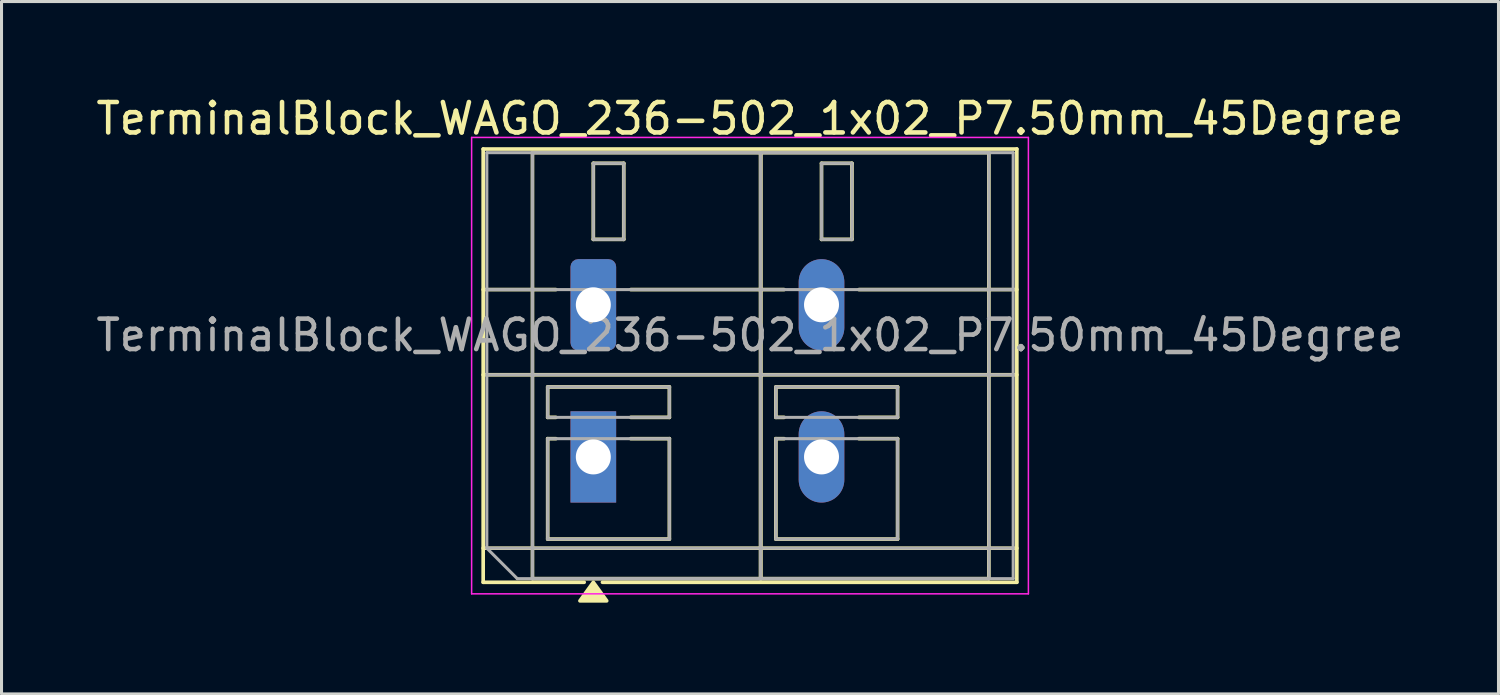
<source format=kicad_pcb>
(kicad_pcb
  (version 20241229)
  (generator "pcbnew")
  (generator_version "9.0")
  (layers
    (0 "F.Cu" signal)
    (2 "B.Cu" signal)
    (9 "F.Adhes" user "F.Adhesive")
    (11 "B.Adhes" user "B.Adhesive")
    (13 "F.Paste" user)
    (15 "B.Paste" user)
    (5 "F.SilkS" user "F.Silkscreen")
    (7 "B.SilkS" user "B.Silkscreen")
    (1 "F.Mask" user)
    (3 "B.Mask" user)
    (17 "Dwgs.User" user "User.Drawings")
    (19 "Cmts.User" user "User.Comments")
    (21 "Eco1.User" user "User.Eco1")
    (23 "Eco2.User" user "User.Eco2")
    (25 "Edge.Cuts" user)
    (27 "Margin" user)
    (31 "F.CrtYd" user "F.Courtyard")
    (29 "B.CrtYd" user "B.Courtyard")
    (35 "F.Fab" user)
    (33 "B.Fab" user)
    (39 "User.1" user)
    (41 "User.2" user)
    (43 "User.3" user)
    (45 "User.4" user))
  (footprint "TerminalBlock_WAGO_236-502_1x02_P7.50mm_45Degree"
    (layer "F.Cu")
    (at 16.451 6.968)
    (property "Reference" "TerminalBlock_WAGO_236-502_1x02_P7.50mm_45Degree" (at 5.15 -6.12 0) (layer "F.SilkS") (effects (font (size 1 1) (thickness 0.15))))
    (attr through_hole)
    (fp_line (start -3.62 -5.12) (end -3.62 9.12) (stroke (width 0.12) (type solid)) (layer "F.SilkS"))
    (fp_line (start -3.62 -5.12) (end 13.92 -5.12) (stroke (width 0.12) (type solid)) (layer "F.SilkS"))
    (fp_line (start -3.62 -0.5) (end -1.23 -0.5) (stroke (width 0.12) (type solid)) (layer "F.SilkS"))
    (fp_line (start -3.62 2.3) (end 13.92 2.3) (stroke (width 0.12) (type solid)) (layer "F.SilkS"))
    (fp_line (start -3.62 8) (end 13.92 8) (stroke (width 0.12) (type solid)) (layer "F.SilkS"))
    (fp_line (start -3.62 9.12) (end -0.3 9.12) (stroke (width 0.12) (type solid)) (layer "F.SilkS"))
    (fp_line (start -2 -5) (end -2 9) (stroke (width 0.12) (type solid)) (layer "F.SilkS"))
    (fp_line (start -2 -5) (end 5.5 -5) (stroke (width 0.12) (type solid)) (layer "F.SilkS"))
    (fp_line (start -2 9) (end 5.5 9) (stroke (width 0.12) (type solid)) (layer "F.SilkS"))
    (fp_line (start -1.5 2.7) (end -1.5 3.7) (stroke (width 0.12) (type solid)) (layer "F.SilkS"))
    (fp_line (start -1.5 2.7) (end 2.5 2.7) (stroke (width 0.12) (type solid)) (layer "F.SilkS"))
    (fp_line (start -1.5 3.7) (end -1.23 3.7) (stroke (width 0.12) (type solid)) (layer "F.SilkS"))
    (fp_line (start -1.5 4.4) (end -1.5 7.7) (stroke (width 0.12) (type solid)) (layer "F.SilkS"))
    (fp_line (start -1.5 4.4) (end -1.23 4.4) (stroke (width 0.12) (type solid)) (layer "F.SilkS"))
    (fp_line (start -1.5 7.7) (end 2.5 7.7) (stroke (width 0.12) (type solid)) (layer "F.SilkS"))
    (fp_line (start 0 -4.65) (end 0 -2.15) (stroke (width 0.12) (type solid)) (layer "F.SilkS"))
    (fp_line (start 0 -4.65) (end 1 -4.65) (stroke (width 0.12) (type solid)) (layer "F.SilkS"))
    (fp_line (start 0 -2.15) (end 1 -2.15) (stroke (width 0.12) (type solid)) (layer "F.SilkS"))
    (fp_line (start 0.3 9.12) (end 13.92 9.12) (stroke (width 0.12) (type solid)) (layer "F.SilkS"))
    (fp_line (start 1 -4.65) (end 1 -2.15) (stroke (width 0.12) (type solid)) (layer "F.SilkS"))
    (fp_line (start 1.23 -0.5) (end 6.27 -0.5) (stroke (width 0.12) (type solid)) (layer "F.SilkS"))
    (fp_line (start 1.23 3.7) (end 2.5 3.7) (stroke (width 0.12) (type solid)) (layer "F.SilkS"))
    (fp_line (start 1.23 4.4) (end 2.5 4.4) (stroke (width 0.12) (type solid)) (layer "F.SilkS"))
    (fp_line (start 2.5 2.7) (end 2.5 3.7) (stroke (width 0.12) (type solid)) (layer "F.SilkS"))
    (fp_line (start 2.5 4.4) (end 2.5 7.7) (stroke (width 0.12) (type solid)) (layer "F.SilkS"))
    (fp_line (start 5.5 -5) (end 5.5 9) (stroke (width 0.12) (type solid)) (layer "F.SilkS"))
    (fp_line (start 5.5 -5) (end 5.5 9) (stroke (width 0.12) (type solid)) (layer "F.SilkS"))
    (fp_line (start 5.5 -5) (end 13 -5) (stroke (width 0.12) (type solid)) (layer "F.SilkS"))
    (fp_line (start 5.5 9) (end 13 9) (stroke (width 0.12) (type solid)) (layer "F.SilkS"))
    (fp_line (start 6 2.7) (end 6 3.7) (stroke (width 0.12) (type solid)) (layer "F.SilkS"))
    (fp_line (start 6 2.7) (end 10 2.7) (stroke (width 0.12) (type solid)) (layer "F.SilkS"))
    (fp_line (start 6 3.7) (end 6.27 3.7) (stroke (width 0.12) (type solid)) (layer "F.SilkS"))
    (fp_line (start 6 4.4) (end 6 7.7) (stroke (width 0.12) (type solid)) (layer "F.SilkS"))
    (fp_line (start 6 4.4) (end 6.27 4.4) (stroke (width 0.12) (type solid)) (layer "F.SilkS"))
    (fp_line (start 6 7.7) (end 10 7.7) (stroke (width 0.12) (type solid)) (layer "F.SilkS"))
    (fp_line (start 7.5 -4.65) (end 7.5 -2.15) (stroke (width 0.12) (type solid)) (layer "F.SilkS"))
    (fp_line (start 7.5 -4.65) (end 8.5 -4.65) (stroke (width 0.12) (type solid)) (layer "F.SilkS"))
    (fp_line (start 7.5 -2.15) (end 8.5 -2.15) (stroke (width 0.12) (type solid)) (layer "F.SilkS"))
    (fp_line (start 8.5 -4.65) (end 8.5 -2.15) (stroke (width 0.12) (type solid)) (layer "F.SilkS"))
    (fp_line (start 8.73 -0.5) (end 13.92 -0.5) (stroke (width 0.12) (type solid)) (layer "F.SilkS"))
    (fp_line (start 8.73 3.7) (end 10 3.7) (stroke (width 0.12) (type solid)) (layer "F.SilkS"))
    (fp_line (start 8.73 4.4) (end 10 4.4) (stroke (width 0.12) (type solid)) (layer "F.SilkS"))
    (fp_line (start 10 2.7) (end 10 3.7) (stroke (width 0.12) (type solid)) (layer "F.SilkS"))
    (fp_line (start 10 4.4) (end 10 7.7) (stroke (width 0.12) (type solid)) (layer "F.SilkS"))
    (fp_line (start 13 -5) (end 13 9) (stroke (width 0.12) (type solid)) (layer "F.SilkS"))
    (fp_line (start 13.92 -5.12) (end 13.92 9.12) (stroke (width 0.12) (type solid)) (layer "F.SilkS"))
    (fp_poly (pts (xy 0 9.12) (xy 0.44 9.73) (xy -0.44 9.73)) (stroke (width 0.12) (type solid)) (fill yes) (layer "F.SilkS"))
    (fp_line (start -4 -5.5) (end -4 9.5) (stroke (width 0.05) (type solid)) (layer "F.CrtYd"))
    (fp_line (start -4 9.5) (end 14.3 9.5) (stroke (width 0.05) (type solid)) (layer "F.CrtYd"))
    (fp_line (start 14.3 -5.5) (end -4 -5.5) (stroke (width 0.05) (type solid)) (layer "F.CrtYd"))
    (fp_line (start 14.3 9.5) (end 14.3 -5.5) (stroke (width 0.05) (type solid)) (layer "F.CrtYd"))
    (fp_line (start -3.5 -5) (end 13.8 -5) (stroke (width 0.1) (type solid)) (layer "F.Fab"))
    (fp_line (start -3.5 -0.5) (end 13.8 -0.5) (stroke (width 0.1) (type solid)) (layer "F.Fab"))
    (fp_line (start -3.5 2.3) (end 13.8 2.3) (stroke (width 0.1) (type solid)) (layer "F.Fab"))
    (fp_line (start -3.5 8) (end -3.5 -5) (stroke (width 0.1) (type solid)) (layer "F.Fab"))
    (fp_line (start -3.5 8) (end 13.8 8) (stroke (width 0.1) (type solid)) (layer "F.Fab"))
    (fp_line (start -2.5 9) (end -3.5 8) (stroke (width 0.1) (type solid)) (layer "F.Fab"))
    (fp_line (start -2 -5) (end -2 9) (stroke (width 0.1) (type solid)) (layer "F.Fab"))
    (fp_line (start -2 9) (end 5.5 9) (stroke (width 0.1) (type solid)) (layer "F.Fab"))
    (fp_line (start -1.5 2.7) (end -1.5 3.7) (stroke (width 0.1) (type solid)) (layer "F.Fab"))
    (fp_line (start -1.5 3.7) (end 2.5 3.7) (stroke (width 0.1) (type solid)) (layer "F.Fab"))
    (fp_line (start -1.5 4.4) (end -1.5 7.7) (stroke (width 0.1) (type solid)) (layer "F.Fab"))
    (fp_line (start -1.5 7.7) (end 2.5 7.7) (stroke (width 0.1) (type solid)) (layer "F.Fab"))
    (fp_line (start 0 -4.65) (end 0 -2.15) (stroke (width 0.1) (type solid)) (layer "F.Fab"))
    (fp_line (start 0 -2.15) (end 1 -2.15) (stroke (width 0.1) (type solid)) (layer "F.Fab"))
    (fp_line (start 1 -4.65) (end 0 -4.65) (stroke (width 0.1) (type solid)) (layer "F.Fab"))
    (fp_line (start 1 -2.15) (end 1 -4.65) (stroke (width 0.1) (type solid)) (layer "F.Fab"))
    (fp_line (start 2.5 2.7) (end -1.5 2.7) (stroke (width 0.1) (type solid)) (layer "F.Fab"))
    (fp_line (start 2.5 3.7) (end 2.5 2.7) (stroke (width 0.1) (type solid)) (layer "F.Fab"))
    (fp_line (start 2.5 4.4) (end -1.5 4.4) (stroke (width 0.1) (type solid)) (layer "F.Fab"))
    (fp_line (start 2.5 7.7) (end 2.5 4.4) (stroke (width 0.1) (type solid)) (layer "F.Fab"))
    (fp_line (start 5.5 -5) (end -2 -5) (stroke (width 0.1) (type solid)) (layer "F.Fab"))
    (fp_line (start 5.5 -5) (end 5.5 9) (stroke (width 0.1) (type solid)) (layer "F.Fab"))
    (fp_line (start 5.5 9) (end 5.5 -5) (stroke (width 0.1) (type solid)) (layer "F.Fab"))
    (fp_line (start 5.5 9) (end 13 9) (stroke (width 0.1) (type solid)) (layer "F.Fab"))
    (fp_line (start 6 2.7) (end 6 3.7) (stroke (width 0.1) (type solid)) (layer "F.Fab"))
    (fp_line (start 6 3.7) (end 10 3.7) (stroke (width 0.1) (type solid)) (layer "F.Fab"))
    (fp_line (start 6 4.4) (end 6 7.7) (stroke (width 0.1) (type solid)) (layer "F.Fab"))
    (fp_line (start 6 7.7) (end 10 7.7) (stroke (width 0.1) (type solid)) (layer "F.Fab"))
    (fp_line (start 7.5 -4.65) (end 7.5 -2.15) (stroke (width 0.1) (type solid)) (layer "F.Fab"))
    (fp_line (start 7.5 -2.15) (end 8.5 -2.15) (stroke (width 0.1) (type solid)) (layer "F.Fab"))
    (fp_line (start 8.5 -4.65) (end 7.5 -4.65) (stroke (width 0.1) (type solid)) (layer "F.Fab"))
    (fp_line (start 8.5 -2.15) (end 8.5 -4.65) (stroke (width 0.1) (type solid)) (layer "F.Fab"))
    (fp_line (start 10 2.7) (end 6 2.7) (stroke (width 0.1) (type solid)) (layer "F.Fab"))
    (fp_line (start 10 3.7) (end 10 2.7) (stroke (width 0.1) (type solid)) (layer "F.Fab"))
    (fp_line (start 10 4.4) (end 6 4.4) (stroke (width 0.1) (type solid)) (layer "F.Fab"))
    (fp_line (start 10 7.7) (end 10 4.4) (stroke (width 0.1) (type solid)) (layer "F.Fab"))
    (fp_line (start 13 -5) (end 5.5 -5) (stroke (width 0.1) (type solid)) (layer "F.Fab"))
    (fp_line (start 13 9) (end 13 -5) (stroke (width 0.1) (type solid)) (layer "F.Fab"))
    (fp_line (start 13.8 -5) (end 13.8 9) (stroke (width 0.1) (type solid)) (layer "F.Fab"))
    (fp_line (start 13.8 9) (end -2.5 9) (stroke (width 0.1) (type solid)) (layer "F.Fab"))
    (fp_text user "${REFERENCE}" (at 5.15 1 0) (layer "F.Fab") (effects (font (size 1 1) (thickness 0.15))))
    (pad "1" thru_hole roundrect (at 0 0) (size 1.5 3) (drill 1.15) (layers "*.Cu" "*.Mask") (roundrect_rratio 0.167))
    (pad "1" thru_hole rect (at 0 5) (size 1.5 3) (drill 1.15) (layers "*.Cu" "*.Mask"))
    (pad "2" thru_hole oval (at 7.5 0) (size 1.5 3) (drill 1.15) (layers "*.Cu" "*.Mask"))
    (pad "2" thru_hole oval (at 7.5 5) (size 1.5 3) (drill 1.15) (layers "*.Cu" "*.Mask")))
  (gr_rect
    (start -3 -3)
    (end 46.202 19.758)
    (stroke (width 0.1) (type default))
    (fill no)
    (layer "Edge.Cuts")))
</source>
